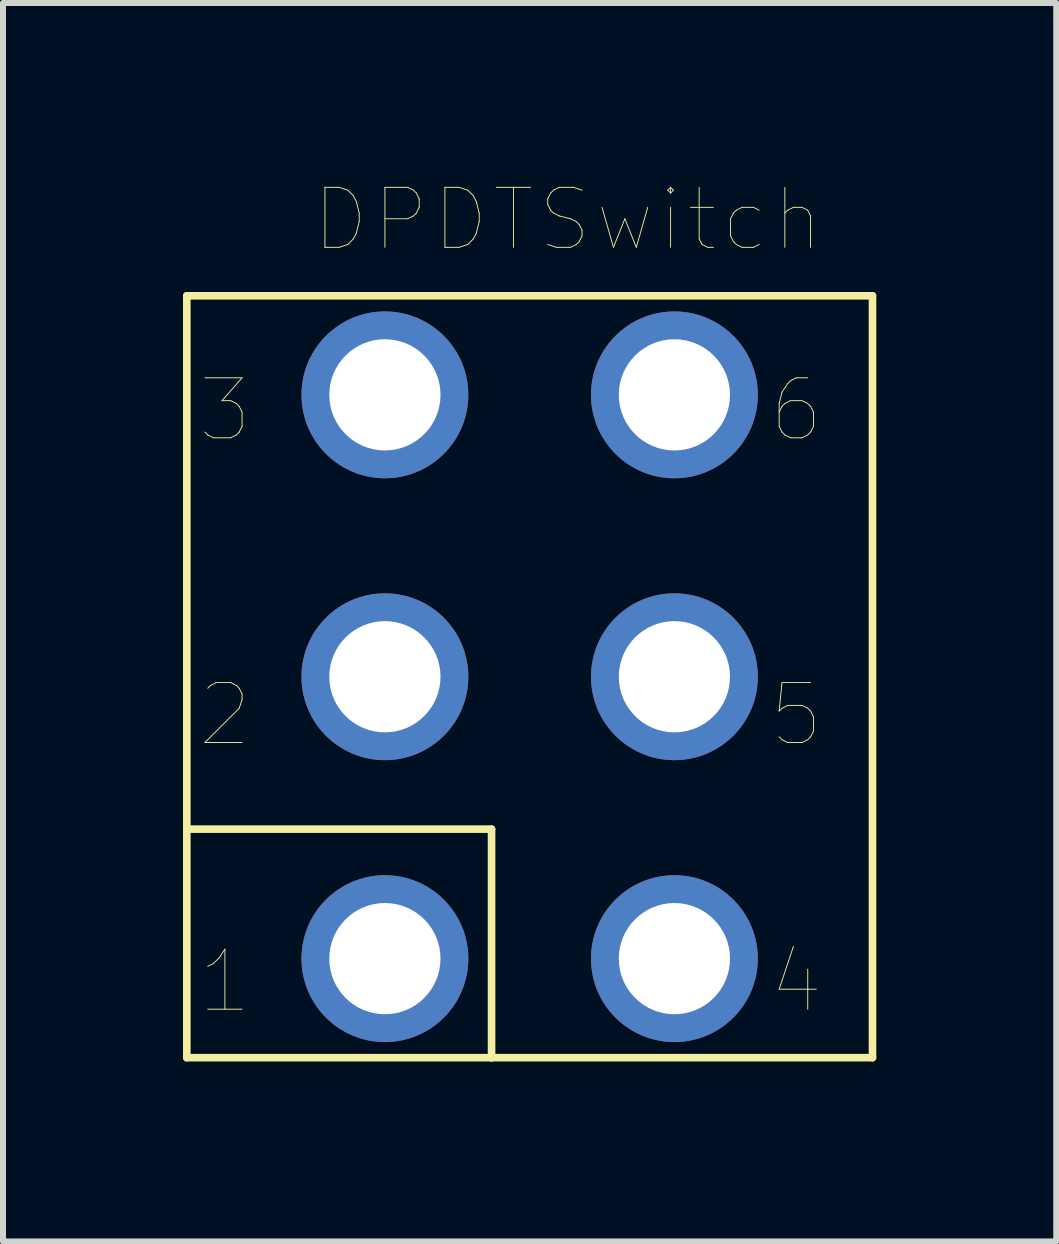
<source format=kicad_pcb>
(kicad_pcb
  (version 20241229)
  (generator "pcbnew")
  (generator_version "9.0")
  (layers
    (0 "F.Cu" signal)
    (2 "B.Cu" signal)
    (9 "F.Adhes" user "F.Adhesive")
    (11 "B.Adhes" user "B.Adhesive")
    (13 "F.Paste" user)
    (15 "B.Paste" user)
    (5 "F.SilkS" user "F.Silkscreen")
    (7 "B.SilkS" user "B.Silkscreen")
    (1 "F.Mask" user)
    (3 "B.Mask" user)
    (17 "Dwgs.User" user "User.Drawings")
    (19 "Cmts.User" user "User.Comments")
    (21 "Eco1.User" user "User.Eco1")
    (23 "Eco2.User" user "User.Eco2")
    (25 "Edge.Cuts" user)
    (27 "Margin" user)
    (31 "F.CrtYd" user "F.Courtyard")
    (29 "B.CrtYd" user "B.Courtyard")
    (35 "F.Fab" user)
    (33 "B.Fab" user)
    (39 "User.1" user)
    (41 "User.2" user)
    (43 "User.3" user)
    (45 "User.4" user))
  (footprint "DPDTSwitch"
    (layer "F.Cu")
    (at 5.779 8.231)
    (property "Reference" "DPDTSwitch" (at 0.635 -7.62 0) (layer "F.SilkS") (effects (font (size 1 1) (thickness 0.015))))
    (attr through_hole)
    (fp_line (start -5.715 -6.35) (end 5.715 -6.35) (stroke (width 0.127) (type solid)) (layer "F.SilkS"))
    (fp_line (start -5.715 2.54) (end -5.715 -6.35) (stroke (width 0.127) (type solid)) (layer "F.SilkS"))
    (fp_line (start -5.715 2.54) (end -0.635 2.54) (stroke (width 0.127) (type solid)) (layer "F.SilkS"))
    (fp_line (start -5.715 6.35) (end -5.715 2.54) (stroke (width 0.127) (type solid)) (layer "F.SilkS"))
    (fp_line (start -0.635 2.54) (end -0.635 6.35) (stroke (width 0.127) (type solid)) (layer "F.SilkS"))
    (fp_line (start -0.635 6.35) (end -5.715 6.35) (stroke (width 0.127) (type solid)) (layer "F.SilkS"))
    (fp_line (start 5.715 -6.35) (end 5.715 6.35) (stroke (width 0.127) (type solid)) (layer "F.SilkS"))
    (fp_line (start 5.715 6.35) (end -0.635 6.35) (stroke (width 0.127) (type solid)) (layer "F.SilkS"))
    (fp_text user "3" (at -5.08 -4.445 0) (layer "F.SilkS") (effects (font (size 1 1) (thickness 0.015))))
    (fp_text user "4" (at 4.445 5.08 0) (layer "F.SilkS") (effects (font (size 1 1) (thickness 0.015))))
    (fp_text user "2" (at -5.08 0.635 0) (layer "F.SilkS") (effects (font (size 1 1) (thickness 0.015))))
    (fp_text user "1" (at -5.08 5.08 0) (layer "F.SilkS") (effects (font (size 1 1) (thickness 0.015))))
    (fp_text user "6" (at 4.445 -4.445 0) (layer "F.SilkS") (effects (font (size 1 1) (thickness 0.015))))
    (fp_text user "5" (at 4.445 0.635 0) (layer "F.SilkS") (effects (font (size 1 1) (thickness 0.015))))
    (pad "1" thru_hole circle (at -2.413 4.699) (size 2.781 2.781) (drill 1.854) (layers "*.Cu" "*.Mask"))
    (pad "2" thru_hole circle (at -2.413 0) (size 2.781 2.781) (drill 1.854) (layers "*.Cu" "*.Mask"))
    (pad "3" thru_hole circle (at -2.413 -4.699) (size 2.781 2.781) (drill 1.854) (layers "*.Cu" "*.Mask"))
    (pad "4" thru_hole circle (at 2.413 4.699) (size 2.781 2.781) (drill 1.854) (layers "*.Cu" "*.Mask"))
    (pad "5" thru_hole circle (at 2.413 0) (size 2.781 2.781) (drill 1.854) (layers "*.Cu" "*.Mask"))
    (pad "6" thru_hole circle (at 2.413 -4.699) (size 2.781 2.781) (drill 1.854) (layers "*.Cu" "*.Mask")))
  (gr_rect
    (start -3 -3)
    (end 14.557 17.645)
    (stroke (width 0.1) (type default))
    (fill no)
    (layer "Edge.Cuts")))
</source>
